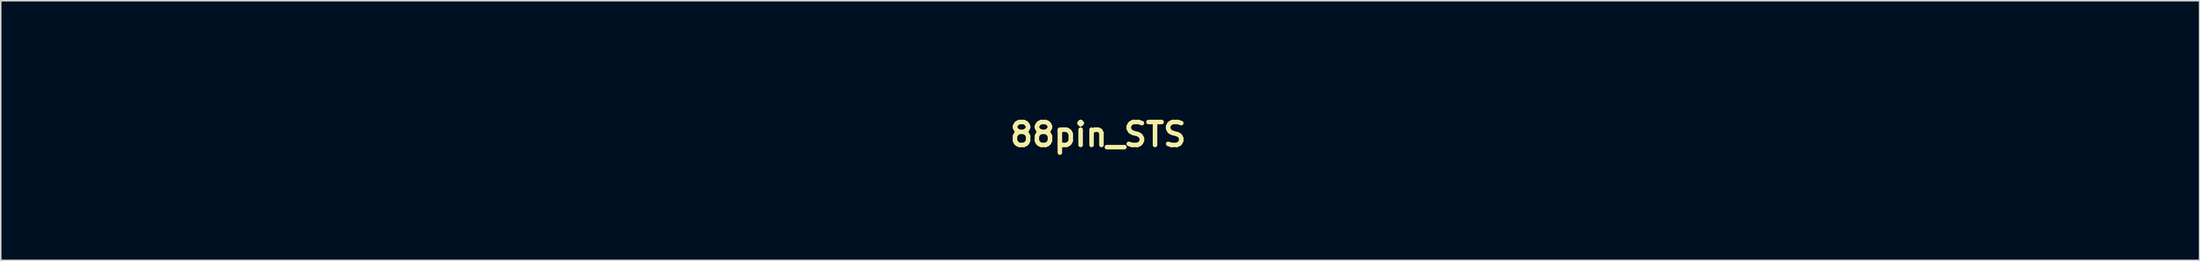
<source format=kicad_pcb>
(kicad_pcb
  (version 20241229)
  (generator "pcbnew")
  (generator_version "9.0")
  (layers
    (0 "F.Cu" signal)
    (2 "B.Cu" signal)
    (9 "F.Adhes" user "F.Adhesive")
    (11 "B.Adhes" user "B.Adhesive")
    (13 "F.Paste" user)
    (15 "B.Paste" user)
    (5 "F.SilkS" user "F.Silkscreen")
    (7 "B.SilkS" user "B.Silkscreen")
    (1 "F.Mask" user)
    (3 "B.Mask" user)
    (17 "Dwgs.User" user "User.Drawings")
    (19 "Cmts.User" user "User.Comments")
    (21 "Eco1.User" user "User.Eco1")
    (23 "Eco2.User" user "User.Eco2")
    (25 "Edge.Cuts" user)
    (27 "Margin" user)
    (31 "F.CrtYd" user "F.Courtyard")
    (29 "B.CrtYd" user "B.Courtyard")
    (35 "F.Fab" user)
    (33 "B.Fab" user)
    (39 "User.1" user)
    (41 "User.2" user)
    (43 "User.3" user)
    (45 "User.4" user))
  (footprint "88pin_STS"
    (layer "F.Cu")
    (at 69.788 5.887)
    (property "Reference" "88pin_STS" (at 0 0 0) (layer "F.SilkS") (effects (font (size 1.524 1.524) (thickness 0.3))))
    (attr through_hole)
    (fp_poly (pts (xy -12.967 1.337) (xy -12.698 1.742) (xy -12.912 2.034) (xy -13.518 2.139) (xy -14.047 1.994) (xy -14.171 1.73) (xy -13.963 1.288) (xy -13.485 1.137) (xy -12.967 1.337)) (stroke (width 0.01) (type solid)) (fill no) (layer "Eco1.User"))
    (fp_poly (pts (xy -9.756 1.34) (xy -9.39 1.776) (xy -9.531 2.047) (xy -10.16 2.139) (xy -10.791 2.023) (xy -10.962 1.73) (xy -10.755 1.288) (xy -10.277 1.137) (xy -9.756 1.34)) (stroke (width 0.01) (type solid)) (fill no) (layer "Eco1.User"))
    (fp_poly (pts (xy 12.968 1.337) (xy 13.237 1.742) (xy 13.023 2.034) (xy 12.417 2.139) (xy 11.888 1.994) (xy 11.764 1.73) (xy 11.972 1.288) (xy 12.449 1.137) (xy 12.968 1.337)) (stroke (width 0.01) (type solid)) (fill no) (layer "Eco1.User"))
    (fp_poly (pts (xy 16.179 1.34) (xy 16.544 1.776) (xy 16.404 2.047) (xy 15.775 2.139) (xy 15.144 2.023) (xy 14.973 1.73) (xy 15.18 1.288) (xy 15.658 1.137) (xy 16.179 1.34)) (stroke (width 0.01) (type solid)) (fill no) (layer "Eco1.User"))
    (fp_poly (pts (xy -48.577 -5.613) (xy -48.394 -5.104) (xy -48.513 -4.564) (xy -48.917 -4.436) (xy -49.396 -4.568) (xy -49.914 -4.891) (xy -49.905 -5.286) (xy -49.6 -5.612) (xy -49.044 -5.821) (xy -48.577 -5.613)) (stroke (width 0.01) (type solid)) (fill no) (layer "Eco1.User"))
    (fp_poly (pts (xy -22.642 -5.613) (xy -22.459 -5.104) (xy -22.578 -4.564) (xy -22.982 -4.436) (xy -23.462 -4.568) (xy -23.979 -4.891) (xy -23.97 -5.286) (xy -23.666 -5.612) (xy -23.109 -5.821) (xy -22.642 -5.613)) (stroke (width 0.01) (type solid)) (fill no) (layer "Eco1.User"))
    (fp_poly (pts (xy -21.07 0.102) (xy -20.988 0.535) (xy -21.154 1.057) (xy -21.526 1.305) (xy -21.92 1.206) (xy -22.087 0.956) (xy -22.147 0.334) (xy -21.892 -0.113) (xy -21.457 -0.217) (xy -21.07 0.102)) (stroke (width 0.01) (type solid)) (fill no) (layer "Eco1.User"))
    (fp_poly (pts (xy -19.466 -5.513) (xy -19.384 -5.08) (xy -19.55 -4.557) (xy -19.922 -4.31) (xy -20.315 -4.409) (xy -20.483 -4.659) (xy -20.543 -5.281) (xy -20.288 -5.728) (xy -19.853 -5.831) (xy -19.466 -5.513)) (stroke (width 0.01) (type solid)) (fill no) (layer "Eco1.User"))
    (fp_poly (pts (xy -17.862 0.102) (xy -17.78 0.535) (xy -17.945 1.057) (xy -18.318 1.305) (xy -18.711 1.206) (xy -18.879 0.956) (xy -18.939 0.334) (xy -18.684 -0.113) (xy -18.249 -0.217) (xy -17.862 0.102)) (stroke (width 0.01) (type solid)) (fill no) (layer "Eco1.User"))
    (fp_poly (pts (xy -14.653 0.102) (xy -14.572 0.535) (xy -14.737 1.057) (xy -15.109 1.305) (xy -15.503 1.206) (xy -15.67 0.956) (xy -15.73 0.334) (xy -15.475 -0.113) (xy -15.04 -0.217) (xy -14.653 0.102)) (stroke (width 0.01) (type solid)) (fill no) (layer "Eco1.User"))
    (fp_poly (pts (xy 9.677 -5.513) (xy 9.759 -5.08) (xy 9.594 -4.557) (xy 9.221 -4.31) (xy 8.828 -4.409) (xy 8.66 -4.659) (xy 8.6 -5.281) (xy 8.855 -5.728) (xy 9.29 -5.831) (xy 9.677 -5.513)) (stroke (width 0.01) (type solid)) (fill no) (layer "Eco1.User"))
    (fp_poly (pts (xy 11.281 0.102) (xy 11.363 0.535) (xy 11.198 1.057) (xy 10.826 1.305) (xy 10.432 1.206) (xy 10.264 0.956) (xy 10.205 0.334) (xy 10.459 -0.113) (xy 10.894 -0.217) (xy 11.281 0.102)) (stroke (width 0.01) (type solid)) (fill no) (layer "Eco1.User"))
    (fp_poly (pts (xy 32.403 -5.513) (xy 32.485 -5.08) (xy 32.32 -4.557) (xy 31.948 -4.31) (xy 31.554 -4.409) (xy 31.386 -4.659) (xy 31.327 -5.281) (xy 31.582 -5.728) (xy 32.017 -5.831) (xy 32.403 -5.513)) (stroke (width 0.01) (type solid)) (fill no) (layer "Eco1.User"))
    (fp_poly (pts (xy 35.612 -5.513) (xy 35.694 -5.08) (xy 35.528 -4.557) (xy 35.156 -4.31) (xy 34.762 -4.409) (xy 34.595 -4.659) (xy 34.535 -5.281) (xy 34.79 -5.728) (xy 35.225 -5.831) (xy 35.612 -5.513)) (stroke (width 0.01) (type solid)) (fill no) (layer "Eco1.User"))
    (fp_poly (pts (xy -56.303 0.464) (xy -55.869 0.802) (xy -55.729 1.292) (xy -55.76 1.411) (xy -56.141 1.787) (xy -56.697 1.862) (xy -57.039 1.693) (xy -57.216 1.223) (xy -57.101 0.697) (xy -56.842 0.448) (xy -56.303 0.464)) (stroke (width 0.01) (type solid)) (fill no) (layer "Eco1.User"))
    (fp_poly (pts (xy -52.024 -5.793) (xy -51.676 -5.424) (xy -51.602 -5.088) (xy -51.759 -4.66) (xy -52.255 -4.545) (xy -52.828 -4.654) (xy -53.088 -4.838) (xy -53.081 -5.238) (xy -52.747 -5.622) (xy -52.274 -5.822) (xy -52.024 -5.793)) (stroke (width 0.01) (type solid)) (fill no) (layer "Eco1.User"))
    (fp_poly (pts (xy -51.179 0.446) (xy -50.88 0.807) (xy -50.853 1.17) (xy -51.112 1.624) (xy -51.581 1.829) (xy -52.04 1.732) (xy -52.225 1.492) (xy -52.182 0.984) (xy -51.811 0.56) (xy -51.305 0.415) (xy -51.179 0.446)) (stroke (width 0.01) (type solid)) (fill no) (layer "Eco1.User"))
    (fp_poly (pts (xy -48.481 0.634) (xy -48.234 1.067) (xy -48.274 1.411) (xy -48.642 1.788) (xy -49.165 1.839) (xy -49.587 1.559) (xy -49.642 1.45) (xy -49.607 0.932) (xy -49.421 0.645) (xy -48.94 0.45) (xy -48.481 0.634)) (stroke (width 0.01) (type solid)) (fill no) (layer "Eco1.User"))
    (fp_poly (pts (xy -45.376 -5.53) (xy -45.234 -5.147) (xy -45.267 -4.701) (xy -45.64 -4.552) (xy -45.854 -4.545) (xy -46.365 -4.628) (xy -46.492 -4.964) (xy -46.474 -5.147) (xy -46.208 -5.65) (xy -45.854 -5.748) (xy -45.376 -5.53)) (stroke (width 0.01) (type solid)) (fill no) (layer "Eco1.User"))
    (fp_poly (pts (xy -43.693 0.446) (xy -43.394 0.807) (xy -43.366 1.17) (xy -43.625 1.624) (xy -44.095 1.829) (xy -44.554 1.732) (xy -44.739 1.492) (xy -44.696 0.984) (xy -44.325 0.56) (xy -43.819 0.415) (xy -43.693 0.446)) (stroke (width 0.01) (type solid)) (fill no) (layer "Eco1.User"))
    (fp_poly (pts (xy -42.115 -5.483) (xy -41.977 -5.111) (xy -42.18 -4.698) (xy -42.628 -4.426) (xy -43.075 -4.422) (xy -43.165 -4.485) (xy -43.292 -4.85) (xy -43.314 -5.125) (xy -43.13 -5.516) (xy -42.645 -5.615) (xy -42.115 -5.483)) (stroke (width 0.01) (type solid)) (fill no) (layer "Eco1.User"))
    (fp_poly (pts (xy -41.354 0.488) (xy -40.932 0.859) (xy -40.784 1.356) (xy -40.814 1.478) (xy -41.176 1.801) (xy -41.72 1.859) (xy -42.066 1.693) (xy -42.244 1.216) (xy -42.118 0.687) (xy -41.851 0.441) (xy -41.354 0.488)) (stroke (width 0.01) (type solid)) (fill no) (layer "Eco1.User"))
    (fp_poly (pts (xy -39.082 -5.708) (xy -38.758 -5.32) (xy -38.613 -4.921) (xy -38.701 -4.736) (xy -39.477 -4.439) (xy -39.932 -4.553) (xy -40.01 -4.683) (xy -40.057 -5.295) (xy -39.79 -5.759) (xy -39.455 -5.882) (xy -39.082 -5.708)) (stroke (width 0.01) (type solid)) (fill no) (layer "Eco1.User"))
    (fp_poly (pts (xy -32.545 -5.663) (xy -32.499 -5.626) (xy -32.117 -5.114) (xy -32.247 -4.7) (xy -32.774 -4.476) (xy -33.4 -4.505) (xy -33.612 -4.733) (xy -33.562 -5.212) (xy -33.337 -5.546) (xy -32.932 -5.821) (xy -32.545 -5.663)) (stroke (width 0.01) (type solid)) (fill no) (layer "Eco1.User"))
    (fp_poly (pts (xy -29.277 -5.615) (xy -28.933 -5.131) (xy -28.916 -4.65) (xy -29.076 -4.459) (xy -29.456 -4.452) (xy -29.878 -4.568) (xy -30.396 -4.89) (xy -30.387 -5.286) (xy -30.079 -5.615) (xy -29.651 -5.813) (xy -29.277 -5.615)) (stroke (width 0.01) (type solid)) (fill no) (layer "Eco1.User"))
    (fp_poly (pts (xy -28.72 0.446) (xy -28.421 0.807) (xy -28.394 1.17) (xy -28.653 1.624) (xy -29.122 1.829) (xy -29.582 1.732) (xy -29.766 1.492) (xy -29.724 0.984) (xy -29.352 0.56) (xy -28.847 0.415) (xy -28.72 0.446)) (stroke (width 0.01) (type solid)) (fill no) (layer "Eco1.User"))
    (fp_poly (pts (xy -26.381 0.488) (xy -25.96 0.859) (xy -25.812 1.356) (xy -25.841 1.478) (xy -26.203 1.801) (xy -26.747 1.859) (xy -27.093 1.693) (xy -27.272 1.216) (xy -27.145 0.687) (xy -26.878 0.441) (xy -26.381 0.488)) (stroke (width 0.01) (type solid)) (fill no) (layer "Eco1.User"))
    (fp_poly (pts (xy -25.82 -5.48) (xy -25.667 -5.067) (xy -25.801 -4.554) (xy -26.256 -4.432) (xy -26.536 -4.478) (xy -26.898 -4.781) (xy -27.002 -5.286) (xy -26.797 -5.709) (xy -26.761 -5.734) (xy -26.264 -5.782) (xy -25.82 -5.48)) (stroke (width 0.01) (type solid)) (fill no) (layer "Eco1.User"))
    (fp_poly (pts (xy -19.655 1.165) (xy -19.275 1.492) (xy -19.314 1.878) (xy -19.721 2.123) (xy -19.903 2.139) (xy -20.461 2.052) (xy -20.702 1.902) (xy -20.666 1.562) (xy -20.31 1.257) (xy -19.837 1.131) (xy -19.655 1.165)) (stroke (width 0.01) (type solid)) (fill no) (layer "Eco1.User"))
    (fp_poly (pts (xy -16.446 -5.763) (xy -16.07 -5.398) (xy -15.959 -4.906) (xy -16.079 -4.634) (xy -16.594 -4.305) (xy -17.114 -4.385) (xy -17.201 -4.456) (xy -17.382 -4.947) (xy -17.251 -5.503) (xy -16.939 -5.8) (xy -16.446 -5.763)) (stroke (width 0.01) (type solid)) (fill no) (layer "Eco1.User"))
    (fp_poly (pts (xy -16.237 1.406) (xy -16.093 1.671) (xy -16.164 2.026) (xy -16.637 2.138) (xy -16.711 2.139) (xy -17.229 2.047) (xy -17.336 1.719) (xy -17.328 1.671) (xy -17.025 1.286) (xy -16.711 1.203) (xy -16.237 1.406)) (stroke (width 0.01) (type solid)) (fill no) (layer "Eco1.User"))
    (fp_poly (pts (xy -6.447 1.298) (xy -6.386 1.377) (xy -6.176 1.856) (xy -6.38 2.085) (xy -6.971 2.139) (xy -7.549 2.069) (xy -7.718 1.812) (xy -7.703 1.674) (xy -7.409 1.25) (xy -6.905 1.105) (xy -6.447 1.298)) (stroke (width 0.01) (type solid)) (fill no) (layer "Eco1.User"))
    (fp_poly (pts (xy -3.164 1.376) (xy -2.992 1.671) (xy -3.047 2.005) (xy -3.467 2.131) (xy -3.743 2.139) (xy -4.33 2.073) (xy -4.509 1.826) (xy -4.494 1.671) (xy -4.176 1.285) (xy -3.743 1.203) (xy -3.164 1.376)) (stroke (width 0.01) (type solid)) (fill no) (layer "Eco1.User"))
    (fp_poly (pts (xy -0.007 -5.615) (xy 0.222 -5.149) (xy 0.215 -4.979) (xy -0.05 -4.508) (xy -0.526 -4.319) (xy -0.993 -4.453) (xy -1.179 -4.712) (xy -1.159 -5.278) (xy -0.993 -5.538) (xy -0.479 -5.776) (xy -0.007 -5.615)) (stroke (width 0.01) (type solid)) (fill no) (layer "Eco1.User"))
    (fp_poly (pts (xy 3.469 1.481) (xy 3.429 1.842) (xy 3.015 2.098) (xy 2.674 2.139) (xy 2.11 2.071) (xy 1.872 1.907) (xy 1.872 1.904) (xy 2.094 1.488) (xy 2.586 1.189) (xy 3.071 1.165) (xy 3.469 1.481)) (stroke (width 0.01) (type solid)) (fill no) (layer "Eco1.User"))
    (fp_poly (pts (xy 6.28 1.165) (xy 6.659 1.492) (xy 6.62 1.878) (xy 6.213 2.123) (xy 6.032 2.139) (xy 5.474 2.052) (xy 5.232 1.902) (xy 5.269 1.562) (xy 5.625 1.257) (xy 6.098 1.131) (xy 6.28 1.165)) (stroke (width 0.01) (type solid)) (fill no) (layer "Eco1.User"))
    (fp_poly (pts (xy 6.535 -5.527) (xy 6.653 -5.175) (xy 6.636 -5.016) (xy 6.383 -4.514) (xy 5.937 -4.299) (xy 5.535 -4.447) (xy 5.374 -4.849) (xy 5.347 -5.125) (xy 5.526 -5.512) (xy 6.034 -5.615) (xy 6.535 -5.527)) (stroke (width 0.01) (type solid)) (fill no) (layer "Eco1.User"))
    (fp_poly (pts (xy 8.088 -0.011) (xy 8.249 0.519) (xy 8.24 0.598) (xy 7.977 1.129) (xy 7.519 1.271) (xy 7.064 0.985) (xy 6.975 0.846) (xy 6.847 0.333) (xy 7.087 -0.002) (xy 7.642 -0.216) (xy 8.088 -0.011)) (stroke (width 0.01) (type solid)) (fill no) (layer "Eco1.User"))
    (fp_poly (pts (xy 9.697 1.406) (xy 9.842 1.671) (xy 9.77 2.026) (xy 9.297 2.138) (xy 9.224 2.139) (xy 8.706 2.047) (xy 8.599 1.719) (xy 8.607 1.671) (xy 8.909 1.286) (xy 9.224 1.203) (xy 9.697 1.406)) (stroke (width 0.01) (type solid)) (fill no) (layer "Eco1.User"))
    (fp_poly (pts (xy 16.231 -5.54) (xy 16.513 -5.132) (xy 16.366 -4.749) (xy 16.321 -4.692) (xy 15.778 -4.312) (xy 15.281 -4.438) (xy 14.993 -4.879) (xy 14.974 -5.448) (xy 15.304 -5.785) (xy 15.817 -5.801) (xy 16.231 -5.54)) (stroke (width 0.01) (type solid)) (fill no) (layer "Eco1.User"))
    (fp_poly (pts (xy 19.488 1.298) (xy 19.549 1.377) (xy 19.759 1.856) (xy 19.554 2.085) (xy 18.964 2.139) (xy 18.386 2.069) (xy 18.217 1.812) (xy 18.231 1.674) (xy 18.526 1.25) (xy 19.03 1.105) (xy 19.488 1.298)) (stroke (width 0.01) (type solid)) (fill no) (layer "Eco1.User"))
    (fp_poly (pts (xy 22.77 1.376) (xy 22.943 1.671) (xy 22.888 2.005) (xy 22.468 2.131) (xy 22.192 2.139) (xy 21.605 2.073) (xy 21.426 1.826) (xy 21.44 1.671) (xy 21.759 1.285) (xy 22.192 1.203) (xy 22.77 1.376)) (stroke (width 0.01) (type solid)) (fill no) (layer "Eco1.User"))
    (fp_poly (pts (xy 25.928 -5.615) (xy 26.156 -5.149) (xy 26.149 -4.979) (xy 25.885 -4.508) (xy 25.409 -4.319) (xy 24.942 -4.453) (xy 24.756 -4.712) (xy 24.776 -5.278) (xy 24.942 -5.538) (xy 25.456 -5.776) (xy 25.928 -5.615)) (stroke (width 0.01) (type solid)) (fill no) (layer "Eco1.User"))
    (fp_poly (pts (xy 26.625 0.446) (xy 26.924 0.807) (xy 26.952 1.17) (xy 26.693 1.624) (xy 26.223 1.829) (xy 25.764 1.732) (xy 25.579 1.492) (xy 25.622 0.984) (xy 25.993 0.56) (xy 26.499 0.415) (xy 26.625 0.446)) (stroke (width 0.01) (type solid)) (fill no) (layer "Eco1.User"))
    (fp_poly (pts (xy 28.964 0.488) (xy 29.386 0.859) (xy 29.534 1.356) (xy 29.504 1.478) (xy 29.142 1.801) (xy 28.598 1.859) (xy 28.252 1.693) (xy 28.073 1.216) (xy 28.2 0.687) (xy 28.467 0.441) (xy 28.964 0.488)) (stroke (width 0.01) (type solid)) (fill no) (layer "Eco1.User"))
    (fp_poly (pts (xy 34.111 0.446) (xy 34.411 0.807) (xy 34.438 1.17) (xy 34.179 1.624) (xy 33.709 1.829) (xy 33.25 1.732) (xy 33.065 1.492) (xy 33.108 0.984) (xy 33.479 0.56) (xy 33.985 0.415) (xy 34.111 0.446)) (stroke (width 0.01) (type solid)) (fill no) (layer "Eco1.User"))
    (fp_poly (pts (xy 36.563 0.463) (xy 36.858 0.785) (xy 36.898 1.288) (xy 36.708 1.728) (xy 36.407 1.872) (xy 35.898 1.784) (xy 35.738 1.693) (xy 35.518 1.189) (xy 35.689 0.709) (xy 36.132 0.432) (xy 36.563 0.463)) (stroke (width 0.01) (type solid)) (fill no) (layer "Eco1.User"))
    (fp_poly (pts (xy 41.667 0.645) (xy 41.913 1.148) (xy 41.888 1.45) (xy 41.523 1.806) (xy 41.001 1.828) (xy 40.576 1.523) (xy 40.52 1.411) (xy 40.534 0.886) (xy 40.882 0.53) (xy 41.372 0.471) (xy 41.667 0.645)) (stroke (width 0.01) (type solid)) (fill no) (layer "Eco1.User"))
    (fp_poly (pts (xy 43.937 0.488) (xy 44.358 0.859) (xy 44.506 1.356) (xy 44.477 1.478) (xy 44.115 1.801) (xy 43.57 1.859) (xy 43.225 1.693) (xy 43.046 1.216) (xy 43.173 0.687) (xy 43.44 0.441) (xy 43.937 0.488)) (stroke (width 0.01) (type solid)) (fill no) (layer "Eco1.User"))
    (fp_poly (pts (xy 45.11 -5.707) (xy 45.513 -5.335) (xy 45.59 -4.797) (xy 45.568 -4.726) (xy 45.188 -4.359) (xy 44.631 -4.289) (xy 44.294 -4.456) (xy 44.113 -4.952) (xy 44.274 -5.49) (xy 44.564 -5.73) (xy 45.11 -5.707)) (stroke (width 0.01) (type solid)) (fill no) (layer "Eco1.User"))
    (fp_poly (pts (xy 49.285 0.615) (xy 49.414 1.143) (xy 49.41 1.17) (xy 49.145 1.645) (xy 48.667 1.831) (xy 48.199 1.688) (xy 48.012 1.425) (xy 48.047 0.87) (xy 48.271 0.627) (xy 48.851 0.418) (xy 49.285 0.615)) (stroke (width 0.01) (type solid)) (fill no) (layer "Eco1.User"))
    (fp_poly (pts (xy 51.423 0.488) (xy 51.845 0.859) (xy 51.993 1.356) (xy 51.963 1.478) (xy 51.601 1.801) (xy 51.057 1.859) (xy 50.711 1.693) (xy 50.532 1.216) (xy 50.659 0.687) (xy 50.926 0.441) (xy 51.423 0.488)) (stroke (width 0.01) (type solid)) (fill no) (layer "Eco1.User"))
    (fp_poly (pts (xy 51.863 -5.615) (xy 52.091 -5.149) (xy 52.084 -4.979) (xy 51.82 -4.508) (xy 51.344 -4.319) (xy 50.877 -4.453) (xy 50.691 -4.712) (xy 50.711 -5.278) (xy 50.876 -5.538) (xy 51.391 -5.776) (xy 51.863 -5.615)) (stroke (width 0.01) (type solid)) (fill no) (layer "Eco1.User"))
    (fp_poly (pts (xy -53.652 0.488) (xy -53.316 0.985) (xy -53.302 1.467) (xy -53.663 1.79) (xy -54.211 1.857) (xy -54.651 1.64) (xy -54.678 1.602) (xy -54.749 1.122) (xy -54.571 0.595) (xy -54.245 0.282) (xy -54.157 0.267) (xy -53.652 0.488)) (stroke (width 0.01) (type solid)) (fill no) (layer "Eco1.User"))
    (fp_poly (pts (xy -46.274 0.411) (xy -46.084 0.59) (xy -45.802 1.099) (xy -45.809 1.45) (xy -46.176 1.796) (xy -46.716 1.841) (xy -47.161 1.583) (xy -47.235 1.45) (xy -47.193 0.947) (xy -46.96 0.59) (xy -46.586 0.296) (xy -46.274 0.411)) (stroke (width 0.01) (type solid)) (fill no) (layer "Eco1.User"))
    (fp_poly (pts (xy -35.971 -5.713) (xy -35.539 -5.434) (xy -35.344 -5.048) (xy -35.391 -4.871) (xy -35.758 -4.595) (xy -36.294 -4.431) (xy -36.712 -4.458) (xy -36.748 -4.485) (xy -36.905 -4.957) (xy -36.739 -5.483) (xy -36.448 -5.73) (xy -35.971 -5.713)) (stroke (width 0.01) (type solid)) (fill no) (layer "Eco1.User"))
    (fp_poly (pts (xy -33.194 1.069) (xy -33.551 1.633) (xy -34.024 1.88) (xy -34.453 1.765) (xy -34.633 1.471) (xy -34.832 0.833) (xy -34.883 0.668) (xy -34.842 0.401) (xy -34.431 0.284) (xy -33.961 0.267) (xy -32.914 0.267) (xy -33.194 1.069)) (stroke (width 0.01) (type solid)) (fill no) (layer "Eco1.User"))
    (fp_poly (pts (xy -31.301 0.411) (xy -31.112 0.59) (xy -30.829 1.099) (xy -30.836 1.45) (xy -31.203 1.796) (xy -31.743 1.841) (xy -32.189 1.583) (xy -32.263 1.45) (xy -32.221 0.947) (xy -31.987 0.59) (xy -31.613 0.296) (xy -31.301 0.411)) (stroke (width 0.01) (type solid)) (fill no) (layer "Eco1.User"))
    (fp_poly (pts (xy -23.815 0.411) (xy -23.626 0.59) (xy -23.343 1.099) (xy -23.35 1.45) (xy -23.717 1.796) (xy -24.257 1.841) (xy -24.703 1.583) (xy -24.777 1.45) (xy -24.735 0.947) (xy -24.501 0.59) (xy -24.127 0.296) (xy -23.815 0.411)) (stroke (width 0.01) (type solid)) (fill no) (layer "Eco1.User"))
    (fp_poly (pts (xy -12.85 -5.5) (xy -12.834 -5.481) (xy -12.636 -5.053) (xy -12.834 -4.679) (xy -13.293 -4.339) (xy -13.543 -4.278) (xy -13.96 -4.494) (xy -14.074 -4.679) (xy -14.136 -5.331) (xy -13.854 -5.749) (xy -13.376 -5.838) (xy -12.85 -5.5)) (stroke (width 0.01) (type solid)) (fill no) (layer "Eco1.User"))
    (fp_poly (pts (xy -11.463 -0.078) (xy -11.229 0.134) (xy -11.031 0.562) (xy -11.229 0.936) (xy -11.689 1.276) (xy -11.939 1.337) (xy -12.356 1.121) (xy -12.47 0.936) (xy -12.519 0.33) (xy -12.266 -0.138) (xy -11.939 -0.267) (xy -11.463 -0.078)) (stroke (width 0.01) (type solid)) (fill no) (layer "Eco1.User"))
    (fp_poly (pts (xy -9.97 -5.7) (xy -9.668 -5.504) (xy -9.413 -5.108) (xy -9.604 -4.705) (xy -9.614 -4.692) (xy -10.15 -4.316) (xy -10.674 -4.369) (xy -10.784 -4.456) (xy -10.965 -4.952) (xy -10.803 -5.49) (xy -10.514 -5.73) (xy -9.97 -5.7)) (stroke (width 0.01) (type solid)) (fill no) (layer "Eco1.User"))
    (fp_poly (pts (xy -8.121 -0.087) (xy -7.866 0.347) (xy -7.989 0.888) (xy -8.049 0.97) (xy -8.437 1.299) (xy -8.864 1.21) (xy -9.05 1.1) (xy -9.322 0.681) (xy -9.223 0.182) (xy -8.821 -0.171) (xy -8.654 -0.215) (xy -8.121 -0.087)) (stroke (width 0.01) (type solid)) (fill no) (layer "Eco1.User"))
    (fp_poly (pts (xy -6.703 -5.738) (xy -6.514 -5.559) (xy -6.231 -5.05) (xy -6.238 -4.7) (xy -6.605 -4.353) (xy -7.145 -4.309) (xy -7.591 -4.567) (xy -7.665 -4.7) (xy -7.623 -5.202) (xy -7.389 -5.559) (xy -7.015 -5.853) (xy -6.703 -5.738)) (stroke (width 0.01) (type solid)) (fill no) (layer "Eco1.User"))
    (fp_poly (pts (xy -3.249 -5.658) (xy -3.026 -5.159) (xy -3.028 -4.644) (xy -3.073 -4.548) (xy -3.488 -4.295) (xy -4.02 -4.361) (xy -4.386 -4.708) (xy -4.388 -4.713) (xy -4.366 -5.281) (xy -4.001 -5.747) (xy -3.595 -5.882) (xy -3.249 -5.658)) (stroke (width 0.01) (type solid)) (fill no) (layer "Eco1.User"))
    (fp_poly (pts (xy -1.621 -0.094) (xy -1.432 0.137) (xy -1.46 0.626) (xy -1.748 1.114) (xy -2.138 1.337) (xy -2.139 1.337) (xy -2.459 1.155) (xy -2.671 0.939) (xy -2.881 0.379) (xy -2.664 -0.086) (xy -2.139 -0.267) (xy -1.621 -0.094)) (stroke (width 0.01) (type solid)) (fill no) (layer "Eco1.User"))
    (fp_poly (pts (xy -0.186 1.172) (xy 0.17 1.517) (xy 0.217 1.674) (xy 0.158 2.009) (xy -0.273 2.132) (xy -0.515 2.139) (xy -1.086 2.082) (xy -1.332 1.945) (xy -1.333 1.938) (xy -1.132 1.415) (xy -0.685 1.149) (xy -0.186 1.172)) (stroke (width 0.01) (type solid)) (fill no) (layer "Eco1.User"))
    (fp_poly (pts (xy 3.232 -5.647) (xy 3.47 -5.086) (xy 3.476 -4.955) (xy 3.294 -4.427) (xy 2.855 -4.266) (xy 2.317 -4.501) (xy 2.128 -4.692) (xy 1.929 -5.092) (xy 2.162 -5.484) (xy 2.208 -5.531) (xy 2.76 -5.819) (xy 3.232 -5.647)) (stroke (width 0.01) (type solid)) (fill no) (layer "Eco1.User"))
    (fp_poly (pts (xy 14.337 -0.172) (xy 14.712 0.18) (xy 14.742 0.713) (xy 14.69 0.83) (xy 14.381 1.244) (xy 13.973 1.257) (xy 13.703 1.16) (xy 13.414 0.808) (xy 13.411 0.289) (xy 13.678 -0.123) (xy 13.773 -0.172) (xy 14.337 -0.172)) (stroke (width 0.01) (type solid)) (fill no) (layer "Eco1.User"))
    (fp_poly (pts (xy 17.813 -0.087) (xy 18.069 0.347) (xy 17.946 0.888) (xy 17.886 0.97) (xy 17.497 1.299) (xy 17.07 1.21) (xy 16.885 1.1) (xy 16.613 0.681) (xy 16.712 0.182) (xy 17.114 -0.171) (xy 17.281 -0.215) (xy 17.813 -0.087)) (stroke (width 0.01) (type solid)) (fill no) (layer "Eco1.User"))
    (fp_poly (pts (xy 19.241 -5.73) (xy 19.394 -5.586) (xy 19.66 -5.056) (xy 19.633 -4.726) (xy 19.265 -4.357) (xy 18.742 -4.312) (xy 18.321 -4.596) (xy 18.27 -4.7) (xy 18.312 -5.202) (xy 18.546 -5.559) (xy 18.924 -5.85) (xy 19.241 -5.73)) (stroke (width 0.01) (type solid)) (fill no) (layer "Eco1.User"))
    (fp_poly (pts (xy 21.022 -0.087) (xy 21.277 0.347) (xy 21.155 0.888) (xy 21.094 0.97) (xy 20.706 1.299) (xy 20.279 1.21) (xy 20.093 1.1) (xy 19.821 0.681) (xy 19.92 0.182) (xy 20.323 -0.171) (xy 20.489 -0.215) (xy 21.022 -0.087)) (stroke (width 0.01) (type solid)) (fill no) (layer "Eco1.User"))
    (fp_poly (pts (xy 22.44 -5.738) (xy 22.629 -5.559) (xy 22.912 -5.05) (xy 22.905 -4.7) (xy 22.538 -4.353) (xy 21.998 -4.309) (xy 21.552 -4.567) (xy 21.478 -4.7) (xy 21.52 -5.202) (xy 21.754 -5.559) (xy 22.128 -5.853) (xy 22.44 -5.738)) (stroke (width 0.01) (type solid)) (fill no) (layer "Eco1.User"))
    (fp_poly (pts (xy 24.314 -0.094) (xy 24.503 0.137) (xy 24.474 0.626) (xy 24.187 1.114) (xy 23.797 1.337) (xy 23.796 1.337) (xy 23.476 1.155) (xy 23.264 0.939) (xy 23.053 0.379) (xy 23.271 -0.086) (xy 23.796 -0.267) (xy 24.314 -0.094)) (stroke (width 0.01) (type solid)) (fill no) (layer "Eco1.User"))
    (fp_poly (pts (xy 29.151 -5.691) (xy 29.371 -5.22) (xy 29.362 -5.017) (xy 29.091 -4.478) (xy 28.605 -4.346) (xy 28.082 -4.669) (xy 28.072 -4.681) (xy 27.862 -5.083) (xy 28.08 -5.467) (xy 28.143 -5.531) (xy 28.684 -5.819) (xy 29.151 -5.691)) (stroke (width 0.01) (type solid)) (fill no) (layer "Eco1.User"))
    (fp_poly (pts (xy 31.531 0.411) (xy 31.72 0.59) (xy 32.009 1.14) (xy 31.875 1.625) (xy 31.377 1.867) (xy 31.282 1.872) (xy 30.761 1.691) (xy 30.569 1.45) (xy 30.611 0.947) (xy 30.844 0.59) (xy 31.218 0.296) (xy 31.531 0.411)) (stroke (width 0.01) (type solid)) (fill no) (layer "Eco1.User"))
    (fp_poly (pts (xy 39.017 0.411) (xy 39.206 0.59) (xy 39.496 1.14) (xy 39.361 1.625) (xy 38.864 1.867) (xy 38.768 1.872) (xy 38.247 1.691) (xy 38.055 1.45) (xy 38.097 0.947) (xy 38.331 0.59) (xy 38.705 0.296) (xy 39.017 0.411)) (stroke (width 0.01) (type solid)) (fill no) (layer "Eco1.User"))
    (fp_poly (pts (xy 39.02 -5.5) (xy 39.036 -5.481) (xy 39.234 -5.053) (xy 39.036 -4.679) (xy 38.576 -4.339) (xy 38.326 -4.278) (xy 37.91 -4.494) (xy 37.796 -4.679) (xy 37.734 -5.331) (xy 38.016 -5.749) (xy 38.494 -5.838) (xy 39.02 -5.5)) (stroke (width 0.01) (type solid)) (fill no) (layer "Eco1.User"))
    (fp_poly (pts (xy 42.228 -5.5) (xy 42.244 -5.481) (xy 42.442 -5.053) (xy 42.244 -4.679) (xy 41.785 -4.339) (xy 41.535 -4.278) (xy 41.118 -4.494) (xy 41.004 -4.679) (xy 40.942 -5.331) (xy 41.224 -5.749) (xy 41.702 -5.838) (xy 42.228 -5.5)) (stroke (width 0.01) (type solid)) (fill no) (layer "Eco1.User"))
    (fp_poly (pts (xy 46.503 0.411) (xy 46.692 0.59) (xy 46.982 1.14) (xy 46.848 1.625) (xy 46.35 1.867) (xy 46.255 1.872) (xy 45.733 1.691) (xy 45.541 1.45) (xy 45.583 0.947) (xy 45.817 0.59) (xy 46.191 0.296) (xy 46.503 0.411)) (stroke (width 0.01) (type solid)) (fill no) (layer "Eco1.User"))
    (fp_poly (pts (xy 48.375 -5.738) (xy 48.564 -5.559) (xy 48.847 -5.05) (xy 48.84 -4.7) (xy 48.473 -4.353) (xy 47.933 -4.309) (xy 47.487 -4.567) (xy 47.413 -4.7) (xy 47.455 -5.202) (xy 47.689 -5.559) (xy 48.063 -5.853) (xy 48.375 -5.738)) (stroke (width 0.01) (type solid)) (fill no) (layer "Eco1.User"))
    (fp_poly (pts (xy 54.028 0.555) (xy 54.131 0.627) (xy 54.469 1.109) (xy 54.375 1.584) (xy 53.911 1.858) (xy 53.741 1.872) (xy 53.22 1.691) (xy 53.028 1.45) (xy 53.062 0.932) (xy 53.249 0.645) (xy 53.62 0.401) (xy 54.028 0.555)) (stroke (width 0.01) (type solid)) (fill no) (layer "Eco1.User"))
    (fp_poly (pts (xy -38.45 0.322) (xy -38.264 0.587) (xy -38.283 1.003) (xy -38.536 1.564) (xy -39.015 1.863) (xy -39.526 1.8) (xy -39.648 1.705) (xy -39.798 1.312) (xy -39.838 0.891) (xy -39.744 0.447) (xy -39.359 0.282) (xy -39.018 0.267) (xy -38.45 0.322)) (stroke (width 0.01) (type solid)) (fill no) (layer "Eco1.User"))
    (fp_poly (pts (xy -36.221 0.441) (xy -35.931 0.797) (xy -35.827 1.365) (xy -35.897 1.914) (xy -36.219 2.116) (xy -36.629 2.139) (xy -37.22 2.052) (xy -37.425 1.736) (xy -37.432 1.623) (xy -37.251 1.011) (xy -36.823 0.553) (xy -36.317 0.415) (xy -36.221 0.441)) (stroke (width 0.01) (type solid)) (fill no) (layer "Eco1.User"))
    (fp_poly (pts (xy -4.952 -0.251) (xy -4.871 -0.173) (xy -4.608 0.368) (xy -4.752 0.877) (xy -5.189 1.195) (xy -5.806 1.162) (xy -5.815 1.159) (xy -6.11 0.803) (xy -6.087 0.255) (xy -5.759 -0.258) (xy -5.735 -0.279) (xy -5.343 -0.474) (xy -4.952 -0.251)) (stroke (width 0.01) (type solid)) (fill no) (layer "Eco1.User"))
    (fp_poly (pts (xy 1.134 -0.485) (xy 1.841 -0.259) (xy 2.098 0.183) (xy 1.866 0.755) (xy 1.732 0.903) (xy 1.24 1.285) (xy 0.845 1.233) (xy 0.588 1.016) (xy 0.332 0.507) (xy 0.267 0.063) (xy 0.338 -0.366) (xy 0.657 -0.506) (xy 1.134 -0.485)) (stroke (width 0.01) (type solid)) (fill no) (layer "Eco1.User"))
    (fp_poly (pts (xy 4.658 -0.179) (xy 5.011 0.187) (xy 5.041 0.712) (xy 4.749 1.129) (xy 4.657 1.175) (xy 4.224 1.314) (xy 3.967 1.196) (xy 3.732 0.922) (xy 3.534 0.523) (xy 3.766 0.131) (xy 3.812 0.084) (xy 4.319 -0.19) (xy 4.658 -0.179)) (stroke (width 0.01) (type solid)) (fill no) (layer "Eco1.User"))
    (fp_poly (pts (xy 13.407 -5.543) (xy 13.617 -5.237) (xy 13.636 -4.946) (xy 13.549 -4.469) (xy 13.182 -4.294) (xy 12.834 -4.278) (xy 12.26 -4.35) (xy 12.051 -4.656) (xy 12.032 -4.946) (xy 12.118 -5.424) (xy 12.485 -5.599) (xy 12.834 -5.615) (xy 13.407 -5.543)) (stroke (width 0.01) (type solid)) (fill no) (layer "Eco1.User"))
    (fp_poly (pts (xy 64.569 4.011) (xy 65.112 4.551) (xy 65.449 4.917) (xy 65.505 4.999) (xy 65.27 5.052) (xy 64.691 5.079) (xy 64.569 5.08) (xy 63.954 5.042) (xy 63.693 4.823) (xy 63.634 4.262) (xy 63.634 4.092) (xy 63.634 3.104) (xy 64.569 4.011)) (stroke (width 0.01) (type solid)) (fill no) (layer "Eco1.User"))
    (fp_poly (pts (xy 70.023 3.444) (xy 70.05 4.023) (xy 70.051 4.144) (xy 70.013 4.76) (xy 69.794 5.021) (xy 69.233 5.079) (xy 69.062 5.08) (xy 68.074 5.08) (xy 68.981 4.144) (xy 69.522 3.602) (xy 69.887 3.264) (xy 69.969 3.208) (xy 70.023 3.444)) (stroke (width 0.01) (type solid)) (fill no) (layer "Eco1.User"))
    (fp_poly (pts (xy 70.051 0.553) (xy 69.221 -0.392) (xy 68.655 -0.966) (xy 68.127 -1.246) (xy 67.395 -1.333) (xy 67.026 -1.337) (xy 66.124 -1.284) (xy 65.486 -1.058) (xy 64.846 -0.551) (xy 64.714 -0.426) (xy 64.062 0.124) (xy 63.647 0.272) (xy 63.486 0.188) (xy 63.433 -0.139) (xy 63.806 -0.625) (xy 64.056 -0.856) (xy 64.486 -1.205) (xy 64.903 -1.424) (xy 65.444 -1.544) (xy 66.244 -1.594) (xy 67.44 -1.604) (xy 67.479 -1.604) (xy 70.051 -1.604) (xy 70.051 0.553)) (stroke (width 0.01) (type solid)) (fill no) (layer "Eco1.User"))
    (fp_poly (pts (xy -64.697 -1.313) (xy -64.256 -1.157) (xy -63.898 -0.854) (xy -63.588 -0.493) (xy -63.201 0.03) (xy -62.976 0.549) (xy -62.871 1.236) (xy -62.84 2.263) (xy -62.839 2.432) (xy -62.858 3.557) (xy -62.978 4.347) (xy -63.278 4.863) (xy -63.838 5.162) (xy -64.739 5.303) (xy -66.059 5.345) (xy -66.796 5.347) (xy -69.783 5.347) (xy -69.783 2.587) (xy -69.779 1.978) (xy -69.516 1.978) (xy -69.459 2.882) (xy -69.219 3.522) (xy -68.697 4.162) (xy -68.661 4.198) (xy -68.099 4.716) (xy -67.566 4.979) (xy -66.842 5.072) (xy -66.305 5.08) (xy -65.374 5.041) (xy -64.765 4.876) (xy -64.269 4.514) (xy -64.085 4.33) (xy -63.662 3.805) (xy -63.445 3.234) (xy -63.371 2.412) (xy -63.366 2.005) (xy -63.405 1.039) (xy -63.562 0.399) (xy -63.901 -0.119) (xy -64.085 -0.32) (xy -64.598 -0.77) (xy -65.154 -0.995) (xy -65.967 -1.067) (xy -66.278 -1.069) (xy -67.202 -1.028) (xy -67.828 -0.848) (xy -68.39 -0.444) (xy -68.634 -0.215) (xy -69.184 0.398) (xy -69.444 0.991) (xy -69.515 1.82) (xy -69.516 1.978) (xy -69.779 1.978) (xy -69.774 1.326) (xy -69.731 0.482) (xy -69.633 -0.065) (xy -69.457 -0.433) (xy -69.182 -0.739) (xy -69.16 -0.759) (xy -68.752 -1.066) (xy -68.237 -1.248) (xy -67.469 -1.337) (xy -66.434 -1.366) (xy -65.373 -1.367) (xy -64.697 -1.313)) (stroke (width 0.01) (type solid)) (fill no) (layer "Eco1.User")))
  (gr_rect
    (start -3 -3)
    (end 142.844 14.239)
    (stroke (width 0.1) (type default))
    (fill no)
    (layer "Edge.Cuts")))
</source>
